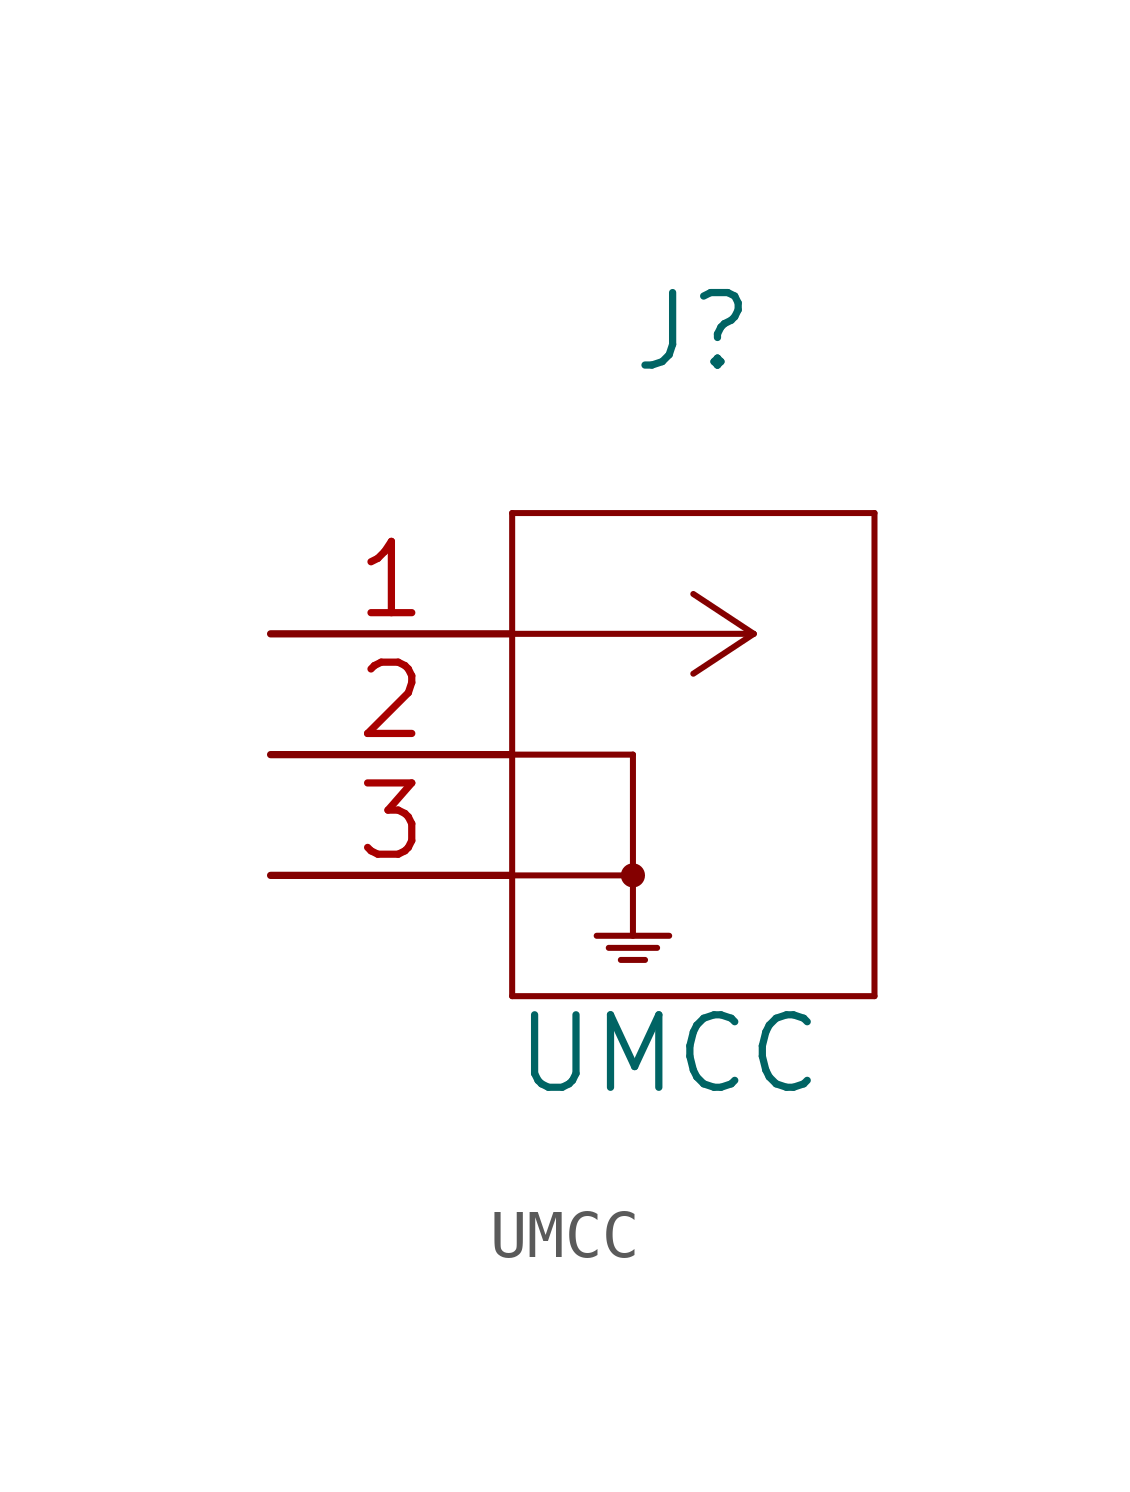
<source format=kicad_sym>
(kicad_symbol_lib
  (version 20241209)
  (generator "kicad_symbol_editor")
  (generator_version "9.0")
  (symbol "UMCC"
    (pin_names
      (offset 0.254)
      (hide yes))
    (property "Reference" "J"
      (at 8.89 6.35 0)
      (effects (font (size 1.524 1.524))))
    (property "Value" "UMCC"
      (at 8.382 -8.839 0)
      (effects (font (size 1.524 1.524))))
    (property "Datasheet" ""
      (at 0 0 0)
      (effects (font (size 1.524 1.524))))
    (symbol "UMCC_1_1"
      (polyline (pts (xy 5.08 2.54) (xy 5.08 -7.62)) (stroke (width 0.127) (type solid)) (fill (type none)))
      (polyline (pts (xy 5.08 -7.62) (xy 12.7 -7.62)) (stroke (width 0.127) (type solid)) (fill (type none)))
      (polyline (pts (xy 7.112 -6.604) (xy 8.128 -6.604)) (stroke (width 0.127) (type solid)) (fill (type none)))
      (polyline (pts (xy 7.366 -6.858) (xy 7.874 -6.858)) (stroke (width 0.127) (type solid)) (fill (type none)))
      (polyline (pts (xy 7.62 -2.54) (xy 5.08 -2.54)) (stroke (width 0.127) (type solid)) (fill (type none)))
      (polyline (pts (xy 7.62 -2.54) (xy 7.62 -6.35)) (stroke (width 0.127) (type solid)) (fill (type none)))
      (polyline (pts (xy 7.62 -5.08) (xy 5.08 -5.08)) (stroke (width 0.127) (type solid)) (fill (type none)))
      (circle (center 7.62 -5.08) (radius 0.127) (stroke (width 0.254) (type solid)) (fill (type none)))
      (arc (start 7.62 -5.207) (mid 7.62 -4.953) (end 7.62 -5.207) (stroke (width 0.254) (type solid)) (fill (type none)))
      (polyline (pts (xy 8.382 -6.35) (xy 6.858 -6.35)) (stroke (width 0.127) (type solid)) (fill (type none)))
      (polyline (pts (xy 10.16 0) (xy 5.08 0)) (stroke (width 0.127) (type solid)) (fill (type none)))
      (polyline (pts (xy 10.16 0) (xy 8.89 0.838)) (stroke (width 0.127) (type solid)) (fill (type none)))
      (polyline (pts (xy 10.16 0) (xy 8.89 -0.838)) (stroke (width 0.127) (type solid)) (fill (type none)))
      (polyline (pts (xy 12.7 2.54) (xy 5.08 2.54)) (stroke (width 0.127) (type solid)) (fill (type none)))
      (polyline (pts (xy 12.7 -7.62) (xy 12.7 2.54)) (stroke (width 0.127) (type solid)) (fill (type none)))
      (pin unspecified line (at 0 0 0) (length 5.08) (name "1" (effects (font (size 1.499 1.499)))) (number "1" (effects (font (size 1.499 1.499)))))
      (pin unspecified line (at 0 -2.54 0) (length 5.08) (name "2" (effects (font (size 1.499 1.499)))) (number "2" (effects (font (size 1.499 1.499)))))
      (pin unspecified line (at 0 -5.08 0) (length 5.08) (name "3" (effects (font (size 1.499 1.499)))) (number "3" (effects (font (size 1.499 1.499))))))))
</source>
